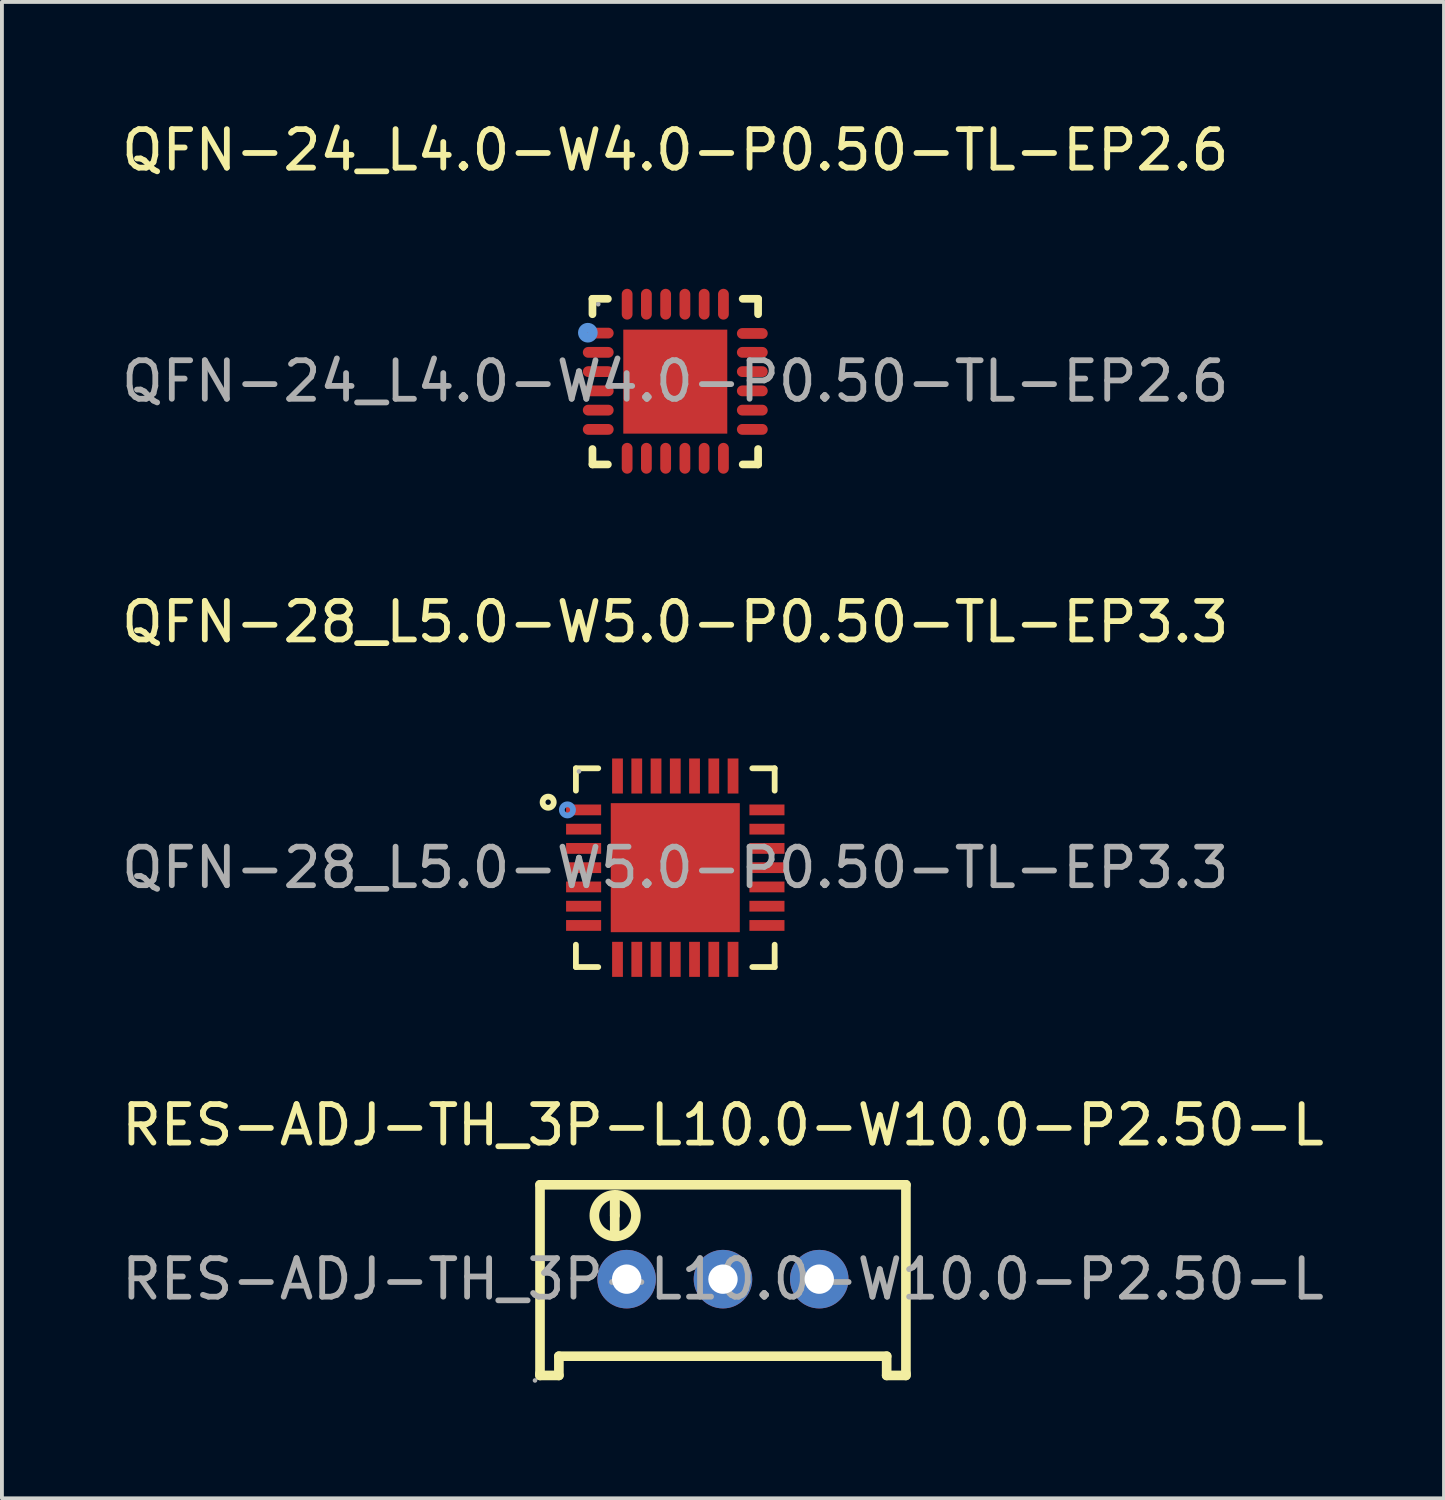
<source format=kicad_pcb>
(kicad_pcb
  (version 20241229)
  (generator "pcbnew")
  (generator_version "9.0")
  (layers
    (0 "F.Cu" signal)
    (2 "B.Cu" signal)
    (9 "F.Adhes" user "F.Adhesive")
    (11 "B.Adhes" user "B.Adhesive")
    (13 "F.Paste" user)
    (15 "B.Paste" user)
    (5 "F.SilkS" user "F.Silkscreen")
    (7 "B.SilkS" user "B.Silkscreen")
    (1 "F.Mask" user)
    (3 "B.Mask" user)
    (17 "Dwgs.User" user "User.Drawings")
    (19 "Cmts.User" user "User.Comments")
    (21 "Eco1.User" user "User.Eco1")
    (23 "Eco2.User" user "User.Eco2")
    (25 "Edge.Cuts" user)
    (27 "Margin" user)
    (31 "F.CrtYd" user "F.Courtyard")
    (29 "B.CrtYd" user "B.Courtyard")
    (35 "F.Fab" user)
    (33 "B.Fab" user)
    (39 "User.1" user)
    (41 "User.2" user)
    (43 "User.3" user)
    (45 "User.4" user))
  (footprint "RES-ADJ-TH_3P-L10.0-W10.0-P2.50-L"
    (layer "F.Cu")
    (at 15.72 30.16)
    (property "Reference" "RES-ADJ-TH_3P-L10.0-W10.0-P2.50-L" (at 0 -4 0) (layer "F.SilkS") (effects (font (size 1 1) (thickness 0.15))))
    (attr through_hole)
    (fp_line (start -4.75 -2.45) (end -4.75 2.45) (stroke (width 0.25) (type solid)) (layer "F.SilkS"))
    (fp_line (start -4.75 -2.45) (end 4.75 -2.45) (stroke (width 0.25) (type solid)) (layer "F.SilkS"))
    (fp_line (start -4.75 2.45) (end -4.75 2.5) (stroke (width 0.25) (type solid)) (layer "F.SilkS"))
    (fp_line (start -4.75 2.5) (end -4.26 2.5) (stroke (width 0.25) (type solid)) (layer "F.SilkS"))
    (fp_line (start -4.26 2) (end 4.25 2) (stroke (width 0.25) (type solid)) (layer "F.SilkS"))
    (fp_line (start -4.26 2.5) (end -4.26 2) (stroke (width 0.25) (type solid)) (layer "F.SilkS"))
    (fp_line (start -2.81 -2.03) (end -2.81 -1.65) (stroke (width 0.25) (type solid)) (layer "F.SilkS"))
    (fp_line (start -2.81 -1.65) (end -2.81 -2.03) (stroke (width 0.25) (type solid)) (layer "F.SilkS"))
    (fp_line (start -2.81 -1.27) (end -2.81 -1.65) (stroke (width 0.25) (type solid)) (layer "F.SilkS"))
    (fp_line (start 4.25 2) (end 4.25 2.5) (stroke (width 0.25) (type solid)) (layer "F.SilkS"))
    (fp_line (start 4.25 2.5) (end 4.75 2.5) (stroke (width 0.25) (type solid)) (layer "F.SilkS"))
    (fp_line (start 4.75 2.45) (end 4.75 -2.45) (stroke (width 0.25) (type solid)) (layer "F.SilkS"))
    (fp_line (start 4.75 2.5) (end 4.75 2.45) (stroke (width 0.25) (type solid)) (layer "F.SilkS"))
    (fp_arc (start -2.8 -2.19) (mid -2.795005 -1.110023) (end -2.80999 -2.189908) (stroke (width 0.25) (type solid)) (layer "F.SilkS"))
    (fp_circle (center -4.88 2.63) (end -4.85 2.63) (stroke (width 0.06) (type solid)) (fill no) (layer "F.Fab"))
    (fp_circle (center -2.5 0) (end -2.36 0) (stroke (width 0.28) (type solid)) (fill no) (layer "F.Fab"))
    (fp_circle (center 0 0) (end 0.14 0) (stroke (width 0.28) (type solid)) (fill no) (layer "F.Fab"))
    (fp_circle (center 2.5 0) (end 2.64 0) (stroke (width 0.28) (type solid)) (fill no) (layer "F.Fab"))
    (fp_text user "${REFERENCE}" (at 0 0 0) (layer "F.Fab") (effects (font (size 1 1) (thickness 0.15))))
    (pad "1" thru_hole circle (at -2.5 0) (size 1.52 1.52) (drill 0.762) (layers "*.Cu" "*.Mask"))
    (pad "2" thru_hole circle (at 0 0) (size 1.52 1.52) (drill 0.762) (layers "*.Cu" "*.Mask"))
    (pad "3" thru_hole circle (at 2.5 0) (size 1.52 1.52) (drill 0.762) (layers "*.Cu" "*.Mask")))
  (footprint "QFN-28_L5.0-W5.0-P0.50-TL-EP3.3"
    (layer "F.Cu")
    (at 14.482 19.477)
    (property "Reference" "QFN-28_L5.0-W5.0-P0.50-TL-EP3.3" (at 0 -6.38 0) (layer "F.SilkS") (effects (font (size 1 1) (thickness 0.15))))
    (attr smd)
    (fp_line (start -2.58 -2.58) (end -2.58 -2) (stroke (width 0.15) (type solid)) (layer "F.SilkS"))
    (fp_line (start -2.58 2.58) (end -2.58 2) (stroke (width 0.15) (type solid)) (layer "F.SilkS"))
    (fp_line (start -2 -2.58) (end -2.58 -2.58) (stroke (width 0.15) (type solid)) (layer "F.SilkS"))
    (fp_line (start -2 2.58) (end -2.58 2.58) (stroke (width 0.15) (type solid)) (layer "F.SilkS"))
    (fp_line (start 2 -2.58) (end 2.58 -2.58) (stroke (width 0.15) (type solid)) (layer "F.SilkS"))
    (fp_line (start 2 2.58) (end 2.58 2.58) (stroke (width 0.15) (type solid)) (layer "F.SilkS"))
    (fp_line (start 2.58 -2.58) (end 2.58 -2) (stroke (width 0.15) (type solid)) (layer "F.SilkS"))
    (fp_line (start 2.58 2.58) (end 2.58 2) (stroke (width 0.15) (type solid)) (layer "F.SilkS"))
    (fp_circle (center -3.3 -1.7) (end -3.23 -1.7) (stroke (width 0.15) (type solid)) (fill no) (layer "F.SilkS"))
    (fp_circle (center -2.8 -1.5) (end -2.73 -1.5) (stroke (width 0.15) (type solid)) (fill no) (layer "Cmts.User"))
    (fp_circle (center -2.5 -2.5) (end -2.47 -2.5) (stroke (width 0.06) (type solid)) (fill no) (layer "F.Fab"))
    (fp_text user "${REFERENCE}" (at 0 0 0) (layer "F.Fab") (effects (font (size 1 1) (thickness 0.15))))
    (pad "1" smd rect (at -2.38 -1.5) (size 0.91 0.28) (layers "F.Cu" "F.Mask" "F.Paste"))
    (pad "2" smd rect (at -2.38 -1) (size 0.91 0.28) (layers "F.Cu" "F.Mask" "F.Paste"))
    (pad "3" smd rect (at -2.38 -0.5) (size 0.91 0.28) (layers "F.Cu" "F.Mask" "F.Paste"))
    (pad "4" smd rect (at -2.38 0) (size 0.91 0.28) (layers "F.Cu" "F.Mask" "F.Paste"))
    (pad "5" smd rect (at -2.38 0.5) (size 0.91 0.28) (layers "F.Cu" "F.Mask" "F.Paste"))
    (pad "6" smd rect (at -2.38 1) (size 0.91 0.28) (layers "F.Cu" "F.Mask" "F.Paste"))
    (pad "7" smd rect (at -2.38 1.5) (size 0.91 0.28) (layers "F.Cu" "F.Mask" "F.Paste"))
    (pad "8" smd rect (at -1.5 2.38) (size 0.28 0.91) (layers "F.Cu" "F.Mask" "F.Paste"))
    (pad "9" smd rect (at -1 2.38) (size 0.28 0.91) (layers "F.Cu" "F.Mask" "F.Paste"))
    (pad "10" smd rect (at -0.5 2.38) (size 0.28 0.91) (layers "F.Cu" "F.Mask" "F.Paste"))
    (pad "11" smd rect (at 0 2.38) (size 0.28 0.91) (layers "F.Cu" "F.Mask" "F.Paste"))
    (pad "12" smd rect (at 0.5 2.38) (size 0.28 0.91) (layers "F.Cu" "F.Mask" "F.Paste"))
    (pad "13" smd rect (at 1 2.38) (size 0.28 0.91) (layers "F.Cu" "F.Mask" "F.Paste"))
    (pad "14" smd rect (at 1.5 2.38) (size 0.28 0.91) (layers "F.Cu" "F.Mask" "F.Paste"))
    (pad "15" smd rect (at 2.38 1.5) (size 0.91 0.28) (layers "F.Cu" "F.Mask" "F.Paste"))
    (pad "16" smd rect (at 2.38 1) (size 0.91 0.28) (layers "F.Cu" "F.Mask" "F.Paste"))
    (pad "17" smd rect (at 2.38 0.5) (size 0.91 0.28) (layers "F.Cu" "F.Mask" "F.Paste"))
    (pad "18" smd rect (at 2.38 0) (size 0.91 0.28) (layers "F.Cu" "F.Mask" "F.Paste"))
    (pad "19" smd rect (at 2.38 -0.5) (size 0.91 0.28) (layers "F.Cu" "F.Mask" "F.Paste"))
    (pad "20" smd rect (at 2.38 -1) (size 0.91 0.28) (layers "F.Cu" "F.Mask" "F.Paste"))
    (pad "21" smd rect (at 2.38 -1.5) (size 0.91 0.28) (layers "F.Cu" "F.Mask" "F.Paste"))
    (pad "22" smd rect (at 1.5 -2.38) (size 0.28 0.91) (layers "F.Cu" "F.Mask" "F.Paste"))
    (pad "23" smd rect (at 1 -2.38) (size 0.28 0.91) (layers "F.Cu" "F.Mask" "F.Paste"))
    (pad "24" smd rect (at 0.5 -2.38) (size 0.28 0.91) (layers "F.Cu" "F.Mask" "F.Paste"))
    (pad "25" smd rect (at 0 -2.38) (size 0.28 0.91) (layers "F.Cu" "F.Mask" "F.Paste"))
    (pad "26" smd rect (at -0.5 -2.38) (size 0.28 0.91) (layers "F.Cu" "F.Mask" "F.Paste"))
    (pad "27" smd rect (at -1 -2.38) (size 0.28 0.91) (layers "F.Cu" "F.Mask" "F.Paste"))
    (pad "28" smd rect (at -1.5 -2.38) (size 0.28 0.91) (layers "F.Cu" "F.Mask" "F.Paste"))
    (pad "29" smd rect (at 0 0) (size 3.35 3.35) (layers "F.Cu" "F.Mask" "F.Paste")))
  (footprint "QFN-24_L4.0-W4.0-P0.50-TL-EP2.6"
    (layer "F.Cu")
    (at 14.482 6.848)
    (property "Reference" "QFN-24_L4.0-W4.0-P0.50-TL-EP2.6" (at 0 -6 0) (layer "F.SilkS") (effects (font (size 1 1) (thickness 0.15))))
    (attr smd)
    (fp_line (start -2.15 -2.14) (end -1.75 -2.14) (stroke (width 0.2) (type solid)) (layer "F.SilkS"))
    (fp_line (start -2.15 -1.74) (end -2.15 -2.14) (stroke (width 0.2) (type solid)) (layer "F.SilkS"))
    (fp_line (start -2.15 2.16) (end -2.15 1.76) (stroke (width 0.2) (type solid)) (layer "F.SilkS"))
    (fp_line (start -1.75 2.16) (end -2.15 2.16) (stroke (width 0.2) (type solid)) (layer "F.SilkS"))
    (fp_line (start 1.75 -2.14) (end 2.15 -2.14) (stroke (width 0.2) (type solid)) (layer "F.SilkS"))
    (fp_line (start 1.75 2.16) (end 2.15 2.16) (stroke (width 0.2) (type solid)) (layer "F.SilkS"))
    (fp_line (start 2.15 -2.14) (end 2.15 -1.74) (stroke (width 0.2) (type solid)) (layer "F.SilkS"))
    (fp_line (start 2.15 2.16) (end 2.15 1.76) (stroke (width 0.2) (type solid)) (layer "F.SilkS"))
    (fp_circle (center -2.27 -1.26) (end -2.14 -1.26) (stroke (width 0.25) (type solid)) (fill no) (layer "Cmts.User"))
    (fp_circle (center -2 -2) (end -1.97 -2) (stroke (width 0.06) (type solid)) (fill no) (layer "F.Fab"))
    (fp_text user "${REFERENCE}" (at 0 0 0) (layer "F.Fab") (effects (font (size 1 1) (thickness 0.15))))
    (pad "1" smd oval (at -2 -1.25 90) (size 0.28 0.8) (layers "F.Cu" "F.Mask" "F.Paste"))
    (pad "2" smd oval (at -2 -0.75 90) (size 0.28 0.8) (layers "F.Cu" "F.Mask" "F.Paste"))
    (pad "3" smd oval (at -2 -0.25 90) (size 0.28 0.8) (layers "F.Cu" "F.Mask" "F.Paste"))
    (pad "4" smd oval (at -2 0.25 90) (size 0.28 0.8) (layers "F.Cu" "F.Mask" "F.Paste"))
    (pad "5" smd oval (at -2 0.75 90) (size 0.28 0.8) (layers "F.Cu" "F.Mask" "F.Paste"))
    (pad "6" smd oval (at -2 1.25 90) (size 0.28 0.8) (layers "F.Cu" "F.Mask" "F.Paste"))
    (pad "7" smd oval (at -1.25 2) (size 0.28 0.8) (layers "F.Cu" "F.Mask" "F.Paste"))
    (pad "8" smd oval (at -0.75 2) (size 0.28 0.8) (layers "F.Cu" "F.Mask" "F.Paste"))
    (pad "9" smd oval (at -0.25 2) (size 0.28 0.8) (layers "F.Cu" "F.Mask" "F.Paste"))
    (pad "10" smd oval (at 0.25 2) (size 0.28 0.8) (layers "F.Cu" "F.Mask" "F.Paste"))
    (pad "11" smd oval (at 0.75 2) (size 0.28 0.8) (layers "F.Cu" "F.Mask" "F.Paste"))
    (pad "12" smd oval (at 1.25 2) (size 0.28 0.8) (layers "F.Cu" "F.Mask" "F.Paste"))
    (pad "13" smd oval (at 2 1.25 90) (size 0.28 0.8) (layers "F.Cu" "F.Mask" "F.Paste"))
    (pad "14" smd oval (at 2 0.75 90) (size 0.28 0.8) (layers "F.Cu" "F.Mask" "F.Paste"))
    (pad "15" smd oval (at 2 0.25 90) (size 0.28 0.8) (layers "F.Cu" "F.Mask" "F.Paste"))
    (pad "16" smd oval (at 2 -0.25 90) (size 0.28 0.8) (layers "F.Cu" "F.Mask" "F.Paste"))
    (pad "17" smd oval (at 2 -0.75 90) (size 0.28 0.8) (layers "F.Cu" "F.Mask" "F.Paste"))
    (pad "18" smd oval (at 2 -1.24 90) (size 0.28 0.8) (layers "F.Cu" "F.Mask" "F.Paste"))
    (pad "19" smd oval (at 1.25 -2) (size 0.28 0.8) (layers "F.Cu" "F.Mask" "F.Paste"))
    (pad "20" smd oval (at 0.75 -2) (size 0.28 0.8) (layers "F.Cu" "F.Mask" "F.Paste"))
    (pad "21" smd oval (at 0.25 -2) (size 0.28 0.8) (layers "F.Cu" "F.Mask" "F.Paste"))
    (pad "22" smd oval (at -0.25 -2) (size 0.28 0.8) (layers "F.Cu" "F.Mask" "F.Paste"))
    (pad "23" smd oval (at -0.75 -2) (size 0.28 0.8) (layers "F.Cu" "F.Mask" "F.Paste"))
    (pad "24" smd oval (at -1.25 -2) (size 0.28 0.8) (layers "F.Cu" "F.Mask" "F.Paste"))
    (pad "25" smd rect (at 0 0.01) (size 2.7 2.7) (layers "F.Cu" "F.Mask" "F.Paste")))
  (gr_rect
    (start -3 -3)
    (end 34.44 35.85)
    (stroke (width 0.1) (type default))
    (fill no)
    (layer "Edge.Cuts")))
</source>
